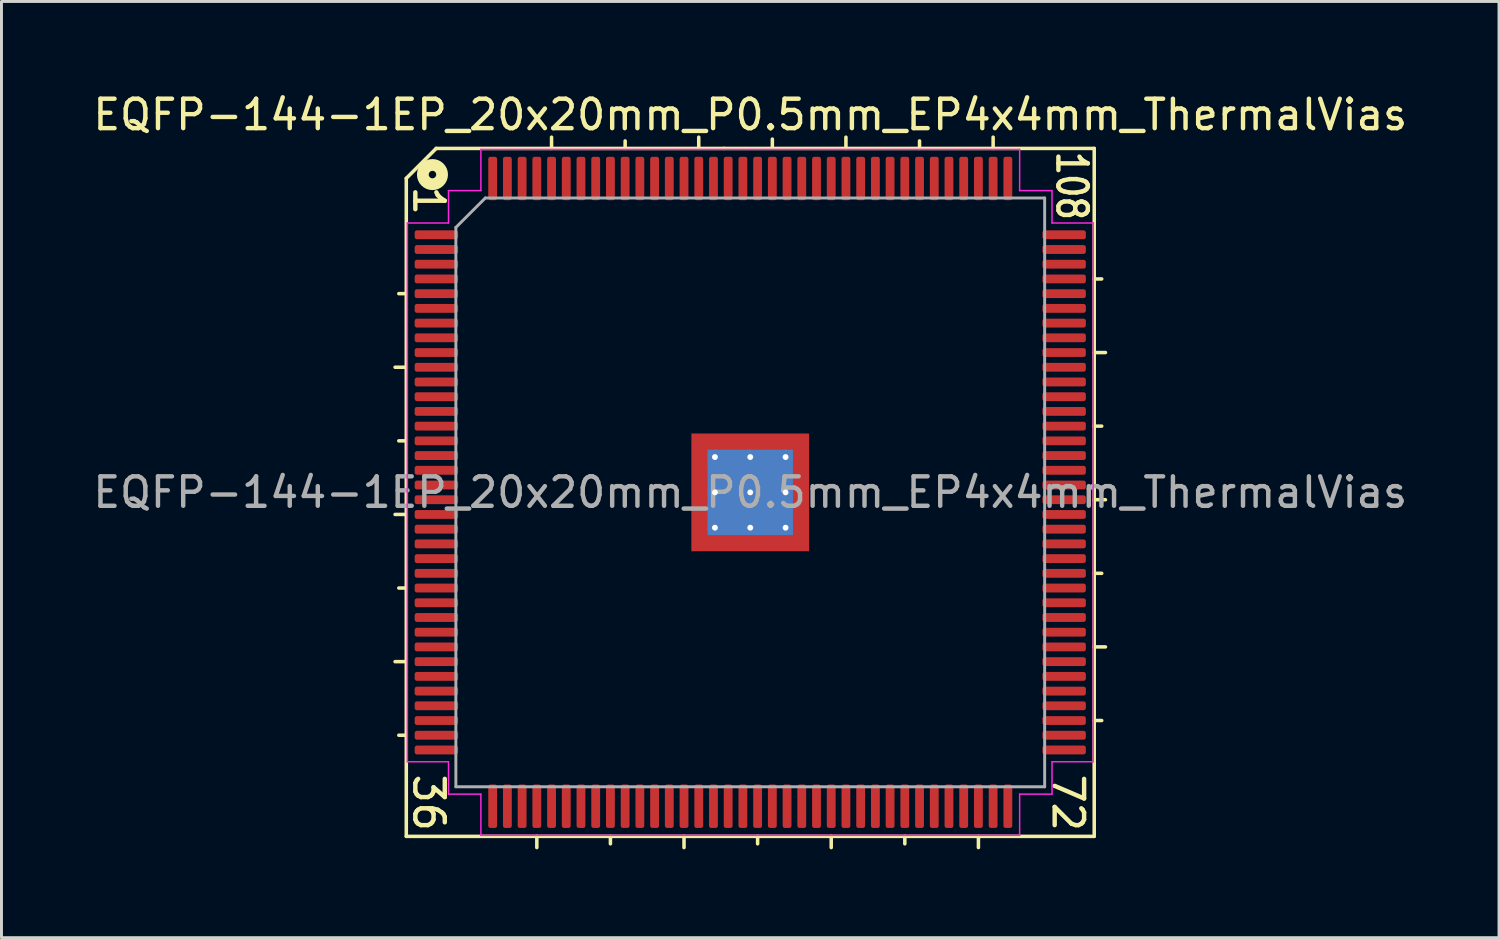
<source format=kicad_pcb>
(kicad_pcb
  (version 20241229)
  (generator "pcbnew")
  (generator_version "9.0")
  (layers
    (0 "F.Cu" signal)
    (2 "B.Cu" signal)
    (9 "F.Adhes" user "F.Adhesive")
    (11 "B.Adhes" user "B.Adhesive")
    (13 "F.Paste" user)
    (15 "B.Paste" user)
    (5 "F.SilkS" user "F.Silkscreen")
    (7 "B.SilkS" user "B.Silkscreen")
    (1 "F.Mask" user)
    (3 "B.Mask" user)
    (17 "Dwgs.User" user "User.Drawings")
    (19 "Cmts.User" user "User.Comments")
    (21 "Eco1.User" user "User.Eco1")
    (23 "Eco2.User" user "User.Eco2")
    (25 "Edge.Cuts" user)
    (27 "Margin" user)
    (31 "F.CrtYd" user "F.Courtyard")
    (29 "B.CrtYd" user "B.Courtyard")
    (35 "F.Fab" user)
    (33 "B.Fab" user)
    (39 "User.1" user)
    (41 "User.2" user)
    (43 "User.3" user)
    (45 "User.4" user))
  (footprint "EQFP-144-1EP_20x20mm_P0.5mm_EP4x4mm_ThermalVias"
    (layer "F.Cu")
    (at 22.435 13.675)
    (property "Reference" "EQFP-144-1EP_20x20mm_P0.5mm_EP4x4mm_ThermalVias" (at 0 -12.827 0) (layer "F.SilkS") (effects (font (size 1 1) (thickness 0.15))))
    (attr smd)
    (fp_line (start -11.684 -10.668) (end -11.684 11.684) (stroke (width 0.12) (type solid)) (layer "F.SilkS"))
    (fp_line (start -11.684 -6.75) (end -11.938 -6.75) (stroke (width 0.12) (type solid)) (layer "F.SilkS"))
    (fp_line (start -11.684 -4.25) (end -12.065 -4.25) (stroke (width 0.12) (type solid)) (layer "F.SilkS"))
    (fp_line (start -11.684 -1.75) (end -11.938 -1.75) (stroke (width 0.12) (type solid)) (layer "F.SilkS"))
    (fp_line (start -11.684 0.75) (end -12.065 0.75) (stroke (width 0.12) (type solid)) (layer "F.SilkS"))
    (fp_line (start -11.684 3.25) (end -11.938 3.25) (stroke (width 0.12) (type solid)) (layer "F.SilkS"))
    (fp_line (start -11.684 5.75) (end -12.065 5.75) (stroke (width 0.12) (type solid)) (layer "F.SilkS"))
    (fp_line (start -11.684 8.25) (end -11.938 8.25) (stroke (width 0.12) (type solid)) (layer "F.SilkS"))
    (fp_line (start -11.684 11.684) (end 11.684 11.684) (stroke (width 0.12) (type solid)) (layer "F.SilkS"))
    (fp_line (start -10.668 -11.684) (end -11.684 -10.668) (stroke (width 0.12) (type solid)) (layer "F.SilkS"))
    (fp_line (start -7.25 11.684) (end -7.25 12.065) (stroke (width 0.12) (type solid)) (layer "F.SilkS"))
    (fp_line (start -6.75 -11.684) (end -6.75 -12.065) (stroke (width 0.12) (type solid)) (layer "F.SilkS"))
    (fp_line (start -4.75 11.684) (end -4.75 11.938) (stroke (width 0.12) (type solid)) (layer "F.SilkS"))
    (fp_line (start -4.25 -11.684) (end -4.25 -11.938) (stroke (width 0.12) (type solid)) (layer "F.SilkS"))
    (fp_line (start -2.25 11.684) (end -2.25 12.065) (stroke (width 0.12) (type solid)) (layer "F.SilkS"))
    (fp_line (start -1.75 -11.684) (end -1.75 -12.065) (stroke (width 0.12) (type solid)) (layer "F.SilkS"))
    (fp_line (start -0.889 -11.684) (end -10.668 -11.684) (stroke (width 0.12) (type solid)) (layer "F.SilkS"))
    (fp_line (start 0.25 11.684) (end 0.25 11.938) (stroke (width 0.12) (type solid)) (layer "F.SilkS"))
    (fp_line (start 0.75 -11.75) (end 0.75 -12) (stroke (width 0.12) (type solid)) (layer "F.SilkS"))
    (fp_line (start 2.75 11.684) (end 2.75 12.065) (stroke (width 0.12) (type solid)) (layer "F.SilkS"))
    (fp_line (start 3.25 -11.684) (end 3.25 -12.065) (stroke (width 0.12) (type solid)) (layer "F.SilkS"))
    (fp_line (start 5.25 11.684) (end 5.25 11.938) (stroke (width 0.12) (type solid)) (layer "F.SilkS"))
    (fp_line (start 5.75 -11.684) (end 5.75 -11.938) (stroke (width 0.12) (type solid)) (layer "F.SilkS"))
    (fp_line (start 7.75 11.684) (end 7.75 12.065) (stroke (width 0.12) (type solid)) (layer "F.SilkS"))
    (fp_line (start 8.25 -11.684) (end 8.25 -12.065) (stroke (width 0.12) (type solid)) (layer "F.SilkS"))
    (fp_line (start 11.684 -11.684) (end -0.889 -11.684) (stroke (width 0.12) (type solid)) (layer "F.SilkS"))
    (fp_line (start 11.684 -7.25) (end 11.938 -7.25) (stroke (width 0.12) (type solid)) (layer "F.SilkS"))
    (fp_line (start 11.684 -4.75) (end 12.065 -4.75) (stroke (width 0.12) (type solid)) (layer "F.SilkS"))
    (fp_line (start 11.684 -2.25) (end 11.938 -2.25) (stroke (width 0.12) (type solid)) (layer "F.SilkS"))
    (fp_line (start 11.684 0.25) (end 12.065 0.25) (stroke (width 0.12) (type solid)) (layer "F.SilkS"))
    (fp_line (start 11.684 2.75) (end 11.938 2.75) (stroke (width 0.12) (type solid)) (layer "F.SilkS"))
    (fp_line (start 11.684 5.25) (end 12.065 5.25) (stroke (width 0.12) (type solid)) (layer "F.SilkS"))
    (fp_line (start 11.684 7.75) (end 11.938 7.75) (stroke (width 0.12) (type solid)) (layer "F.SilkS"))
    (fp_line (start 11.684 11.684) (end 11.684 -11.684) (stroke (width 0.12) (type solid)) (layer "F.SilkS"))
    (fp_circle (center -10.795 -10.795) (end -10.668 -10.795) (stroke (width 0.4) (type solid)) (fill no) (layer "F.SilkS"))
    (fp_line (start -11.65 -9.15) (end -11.65 0) (stroke (width 0.05) (type solid)) (layer "F.CrtYd"))
    (fp_line (start -11.65 9.15) (end -11.65 0) (stroke (width 0.05) (type solid)) (layer "F.CrtYd"))
    (fp_line (start -10.25 -10.25) (end -10.25 -9.15) (stroke (width 0.05) (type solid)) (layer "F.CrtYd"))
    (fp_line (start -10.25 -9.15) (end -11.65 -9.15) (stroke (width 0.05) (type solid)) (layer "F.CrtYd"))
    (fp_line (start -10.25 9.15) (end -11.65 9.15) (stroke (width 0.05) (type solid)) (layer "F.CrtYd"))
    (fp_line (start -10.25 10.25) (end -10.25 9.15) (stroke (width 0.05) (type solid)) (layer "F.CrtYd"))
    (fp_line (start -9.15 -11.65) (end -9.15 -10.25) (stroke (width 0.05) (type solid)) (layer "F.CrtYd"))
    (fp_line (start -9.15 -10.25) (end -10.25 -10.25) (stroke (width 0.05) (type solid)) (layer "F.CrtYd"))
    (fp_line (start -9.15 10.25) (end -10.25 10.25) (stroke (width 0.05) (type solid)) (layer "F.CrtYd"))
    (fp_line (start -9.15 11.65) (end -9.15 10.25) (stroke (width 0.05) (type solid)) (layer "F.CrtYd"))
    (fp_line (start 0 -11.65) (end -9.15 -11.65) (stroke (width 0.05) (type solid)) (layer "F.CrtYd"))
    (fp_line (start 0 -11.65) (end 9.15 -11.65) (stroke (width 0.05) (type solid)) (layer "F.CrtYd"))
    (fp_line (start 0 11.65) (end -9.15 11.65) (stroke (width 0.05) (type solid)) (layer "F.CrtYd"))
    (fp_line (start 0 11.65) (end 9.15 11.65) (stroke (width 0.05) (type solid)) (layer "F.CrtYd"))
    (fp_line (start 9.15 -11.65) (end 9.15 -10.25) (stroke (width 0.05) (type solid)) (layer "F.CrtYd"))
    (fp_line (start 9.15 -10.25) (end 10.25 -10.25) (stroke (width 0.05) (type solid)) (layer "F.CrtYd"))
    (fp_line (start 9.15 10.25) (end 10.25 10.25) (stroke (width 0.05) (type solid)) (layer "F.CrtYd"))
    (fp_line (start 9.15 11.65) (end 9.15 10.25) (stroke (width 0.05) (type solid)) (layer "F.CrtYd"))
    (fp_line (start 10.25 -10.25) (end 10.25 -9.15) (stroke (width 0.05) (type solid)) (layer "F.CrtYd"))
    (fp_line (start 10.25 -9.15) (end 11.65 -9.15) (stroke (width 0.05) (type solid)) (layer "F.CrtYd"))
    (fp_line (start 10.25 9.15) (end 11.65 9.15) (stroke (width 0.05) (type solid)) (layer "F.CrtYd"))
    (fp_line (start 10.25 10.25) (end 10.25 9.15) (stroke (width 0.05) (type solid)) (layer "F.CrtYd"))
    (fp_line (start 11.65 -9.15) (end 11.65 0) (stroke (width 0.05) (type solid)) (layer "F.CrtYd"))
    (fp_line (start 11.65 9.15) (end 11.65 0) (stroke (width 0.05) (type solid)) (layer "F.CrtYd"))
    (fp_line (start -10 -9) (end -9 -10) (stroke (width 0.1) (type solid)) (layer "F.Fab"))
    (fp_line (start -10 10) (end -10 -9) (stroke (width 0.1) (type solid)) (layer "F.Fab"))
    (fp_line (start -9 -10) (end 10 -10) (stroke (width 0.1) (type solid)) (layer "F.Fab"))
    (fp_line (start 10 -10) (end 10 10) (stroke (width 0.1) (type solid)) (layer "F.Fab"))
    (fp_line (start 10 10) (end -10 10) (stroke (width 0.1) (type solid)) (layer "F.Fab"))
    (fp_text user "72" (at 10.795 10.541 270) (unlocked yes) (layer "F.SilkS") (effects (font (size 1 1) (thickness 0.15))))
    (fp_text user "36" (at -10.922 10.541 270) (unlocked yes) (layer "F.SilkS") (effects (font (size 1 1) (thickness 0.15))))
    (fp_text user "1" (at -10.922 -9.906 270) (unlocked yes) (layer "F.SilkS") (effects (font (size 1 1) (thickness 0.15))))
    (fp_text user "108" (at 10.922 -10.414 270) (unlocked yes) (layer "F.SilkS") (effects (font (size 1 0.8) (thickness 0.15))))
    (fp_text user "${REFERENCE}" (at 0 0 0) (layer "F.Fab") (effects (font (size 1 1) (thickness 0.15))))
    (pad "" smd custom (at -1.6 -1.6) (size 0.555 0.555) (layers "F.Paste") (options (anchor circle)) (primitives (gr_poly (pts (xy 0.232 0.157) (xy 0.157 0.232) (xy -0.232 0.232) (xy -0.232 -0.232) (xy 0.232 -0.232)) (width 0.181) (fill yes))))
    (pad "" smd roundrect (at -1.6 -0.6) (size 0.645 0.967) (layers "F.Paste") (roundrect_rratio 0.25))
    (pad "" smd roundrect (at -1.6 0.6) (size 0.645 0.967) (layers "F.Paste") (roundrect_rratio 0.25))
    (pad "" smd custom (at -1.6 1.6) (size 0.555 0.555) (layers "F.Paste") (options (anchor circle)) (primitives (gr_poly (pts (xy 0.232 -0.157) (xy 0.232 0.232) (xy -0.232 0.232) (xy -0.232 -0.232) (xy 0.157 -0.232)) (width 0.181) (fill yes))))
    (pad "" smd roundrect (at -0.6 -1.6) (size 0.967 0.645) (layers "F.Paste") (roundrect_rratio 0.25))
    (pad "" smd roundrect (at -0.6 -0.6) (size 0.967 0.967) (layers "F.Paste") (roundrect_rratio 0.25))
    (pad "" smd roundrect (at -0.6 0.6) (size 0.967 0.967) (layers "F.Paste") (roundrect_rratio 0.25))
    (pad "" smd roundrect (at -0.6 1.6) (size 0.967 0.645) (layers "F.Paste") (roundrect_rratio 0.25))
    (pad "" smd roundrect (at 0.6 -1.6) (size 0.967 0.645) (layers "F.Paste") (roundrect_rratio 0.25))
    (pad "" smd roundrect (at 0.6 -0.6) (size 0.967 0.967) (layers "F.Paste") (roundrect_rratio 0.25))
    (pad "" smd roundrect (at 0.6 0.6) (size 0.967 0.967) (layers "F.Paste") (roundrect_rratio 0.25))
    (pad "" smd roundrect (at 0.6 1.6) (size 0.967 0.645) (layers "F.Paste") (roundrect_rratio 0.25))
    (pad "" smd custom (at 1.6 -1.6) (size 0.555 0.555) (layers "F.Paste") (options (anchor circle)) (primitives (gr_poly (pts (xy 0.232 0.232) (xy -0.157 0.232) (xy -0.232 0.157) (xy -0.232 -0.232) (xy 0.232 -0.232)) (width 0.181) (fill yes))))
    (pad "" smd roundrect (at 1.6 -0.6) (size 0.645 0.967) (layers "F.Paste") (roundrect_rratio 0.25))
    (pad "" smd roundrect (at 1.6 0.6) (size 0.645 0.967) (layers "F.Paste") (roundrect_rratio 0.25))
    (pad "" smd custom (at 1.6 1.6) (size 0.555 0.555) (layers "F.Paste") (options (anchor circle)) (primitives (gr_poly (pts (xy 0.232 0.232) (xy -0.232 0.232) (xy -0.232 -0.157) (xy -0.157 -0.232) (xy 0.232 -0.232)) (width 0.181) (fill yes))))
    (pad "1" smd roundrect (at -10.662 -8.75) (size 1.475 0.3) (layers "F.Cu" "F.Mask" "F.Paste") (roundrect_rratio 0.25))
    (pad "2" smd roundrect (at -10.662 -8.25) (size 1.475 0.3) (layers "F.Cu" "F.Mask" "F.Paste") (roundrect_rratio 0.25))
    (pad "3" smd roundrect (at -10.662 -7.75) (size 1.475 0.3) (layers "F.Cu" "F.Mask" "F.Paste") (roundrect_rratio 0.25))
    (pad "4" smd roundrect (at -10.662 -7.25) (size 1.475 0.3) (layers "F.Cu" "F.Mask" "F.Paste") (roundrect_rratio 0.25))
    (pad "5" smd roundrect (at -10.662 -6.75) (size 1.475 0.3) (layers "F.Cu" "F.Mask" "F.Paste") (roundrect_rratio 0.25))
    (pad "6" smd roundrect (at -10.662 -6.25) (size 1.475 0.3) (layers "F.Cu" "F.Mask" "F.Paste") (roundrect_rratio 0.25))
    (pad "7" smd roundrect (at -10.662 -5.75) (size 1.475 0.3) (layers "F.Cu" "F.Mask" "F.Paste") (roundrect_rratio 0.25))
    (pad "8" smd roundrect (at -10.662 -5.25) (size 1.475 0.3) (layers "F.Cu" "F.Mask" "F.Paste") (roundrect_rratio 0.25))
    (pad "9" smd roundrect (at -10.662 -4.75) (size 1.475 0.3) (layers "F.Cu" "F.Mask" "F.Paste") (roundrect_rratio 0.25))
    (pad "10" smd roundrect (at -10.662 -4.25) (size 1.475 0.3) (layers "F.Cu" "F.Mask" "F.Paste") (roundrect_rratio 0.25))
    (pad "11" smd roundrect (at -10.662 -3.75) (size 1.475 0.3) (layers "F.Cu" "F.Mask" "F.Paste") (roundrect_rratio 0.25))
    (pad "12" smd roundrect (at -10.662 -3.25) (size 1.475 0.3) (layers "F.Cu" "F.Mask" "F.Paste") (roundrect_rratio 0.25))
    (pad "13" smd roundrect (at -10.662 -2.75) (size 1.475 0.3) (layers "F.Cu" "F.Mask" "F.Paste") (roundrect_rratio 0.25))
    (pad "14" smd roundrect (at -10.662 -2.25) (size 1.475 0.3) (layers "F.Cu" "F.Mask" "F.Paste") (roundrect_rratio 0.25))
    (pad "15" smd roundrect (at -10.662 -1.75) (size 1.475 0.3) (layers "F.Cu" "F.Mask" "F.Paste") (roundrect_rratio 0.25))
    (pad "16" smd roundrect (at -10.662 -1.25) (size 1.475 0.3) (layers "F.Cu" "F.Mask" "F.Paste") (roundrect_rratio 0.25))
    (pad "17" smd roundrect (at -10.662 -0.75) (size 1.475 0.3) (layers "F.Cu" "F.Mask" "F.Paste") (roundrect_rratio 0.25))
    (pad "18" smd roundrect (at -10.662 -0.25) (size 1.475 0.3) (layers "F.Cu" "F.Mask" "F.Paste") (roundrect_rratio 0.25))
    (pad "19" smd roundrect (at -10.662 0.25) (size 1.475 0.3) (layers "F.Cu" "F.Mask" "F.Paste") (roundrect_rratio 0.25))
    (pad "20" smd roundrect (at -10.662 0.75) (size 1.475 0.3) (layers "F.Cu" "F.Mask" "F.Paste") (roundrect_rratio 0.25))
    (pad "21" smd roundrect (at -10.662 1.25) (size 1.475 0.3) (layers "F.Cu" "F.Mask" "F.Paste") (roundrect_rratio 0.25))
    (pad "22" smd roundrect (at -10.662 1.75) (size 1.475 0.3) (layers "F.Cu" "F.Mask" "F.Paste") (roundrect_rratio 0.25))
    (pad "23" smd roundrect (at -10.662 2.25) (size 1.475 0.3) (layers "F.Cu" "F.Mask" "F.Paste") (roundrect_rratio 0.25))
    (pad "24" smd roundrect (at -10.662 2.75) (size 1.475 0.3) (layers "F.Cu" "F.Mask" "F.Paste") (roundrect_rratio 0.25))
    (pad "25" smd roundrect (at -10.662 3.25) (size 1.475 0.3) (layers "F.Cu" "F.Mask" "F.Paste") (roundrect_rratio 0.25))
    (pad "26" smd roundrect (at -10.662 3.75) (size 1.475 0.3) (layers "F.Cu" "F.Mask" "F.Paste") (roundrect_rratio 0.25))
    (pad "27" smd roundrect (at -10.662 4.25) (size 1.475 0.3) (layers "F.Cu" "F.Mask" "F.Paste") (roundrect_rratio 0.25))
    (pad "28" smd roundrect (at -10.662 4.75) (size 1.475 0.3) (layers "F.Cu" "F.Mask" "F.Paste") (roundrect_rratio 0.25))
    (pad "29" smd roundrect (at -10.662 5.25) (size 1.475 0.3) (layers "F.Cu" "F.Mask" "F.Paste") (roundrect_rratio 0.25))
    (pad "30" smd roundrect (at -10.662 5.75) (size 1.475 0.3) (layers "F.Cu" "F.Mask" "F.Paste") (roundrect_rratio 0.25))
    (pad "31" smd roundrect (at -10.662 6.25) (size 1.475 0.3) (layers "F.Cu" "F.Mask" "F.Paste") (roundrect_rratio 0.25))
    (pad "32" smd roundrect (at -10.662 6.75) (size 1.475 0.3) (layers "F.Cu" "F.Mask" "F.Paste") (roundrect_rratio 0.25))
    (pad "33" smd roundrect (at -10.662 7.25) (size 1.475 0.3) (layers "F.Cu" "F.Mask" "F.Paste") (roundrect_rratio 0.25))
    (pad "34" smd roundrect (at -10.662 7.75) (size 1.475 0.3) (layers "F.Cu" "F.Mask" "F.Paste") (roundrect_rratio 0.25))
    (pad "35" smd roundrect (at -10.662 8.25) (size 1.475 0.3) (layers "F.Cu" "F.Mask" "F.Paste") (roundrect_rratio 0.25))
    (pad "36" smd roundrect (at -10.662 8.75) (size 1.475 0.3) (layers "F.Cu" "F.Mask" "F.Paste") (roundrect_rratio 0.25))
    (pad "37" smd roundrect (at -8.75 10.662) (size 0.3 1.475) (layers "F.Cu" "F.Mask" "F.Paste") (roundrect_rratio 0.25))
    (pad "38" smd roundrect (at -8.25 10.662) (size 0.3 1.475) (layers "F.Cu" "F.Mask" "F.Paste") (roundrect_rratio 0.25))
    (pad "39" smd roundrect (at -7.75 10.662) (size 0.3 1.475) (layers "F.Cu" "F.Mask" "F.Paste") (roundrect_rratio 0.25))
    (pad "40" smd roundrect (at -7.25 10.662) (size 0.3 1.475) (layers "F.Cu" "F.Mask" "F.Paste") (roundrect_rratio 0.25))
    (pad "41" smd roundrect (at -6.75 10.662) (size 0.3 1.475) (layers "F.Cu" "F.Mask" "F.Paste") (roundrect_rratio 0.25))
    (pad "42" smd roundrect (at -6.25 10.662) (size 0.3 1.475) (layers "F.Cu" "F.Mask" "F.Paste") (roundrect_rratio 0.25))
    (pad "43" smd roundrect (at -5.75 10.662) (size 0.3 1.475) (layers "F.Cu" "F.Mask" "F.Paste") (roundrect_rratio 0.25))
    (pad "44" smd roundrect (at -5.25 10.662) (size 0.3 1.475) (layers "F.Cu" "F.Mask" "F.Paste") (roundrect_rratio 0.25))
    (pad "45" smd roundrect (at -4.75 10.662) (size 0.3 1.475) (layers "F.Cu" "F.Mask" "F.Paste") (roundrect_rratio 0.25))
    (pad "46" smd roundrect (at -4.25 10.662) (size 0.3 1.475) (layers "F.Cu" "F.Mask" "F.Paste") (roundrect_rratio 0.25))
    (pad "47" smd roundrect (at -3.75 10.662) (size 0.3 1.475) (layers "F.Cu" "F.Mask" "F.Paste") (roundrect_rratio 0.25))
    (pad "48" smd roundrect (at -3.25 10.662) (size 0.3 1.475) (layers "F.Cu" "F.Mask" "F.Paste") (roundrect_rratio 0.25))
    (pad "49" smd roundrect (at -2.75 10.662) (size 0.3 1.475) (layers "F.Cu" "F.Mask" "F.Paste") (roundrect_rratio 0.25))
    (pad "50" smd roundrect (at -2.25 10.662) (size 0.3 1.475) (layers "F.Cu" "F.Mask" "F.Paste") (roundrect_rratio 0.25))
    (pad "51" smd roundrect (at -1.75 10.662) (size 0.3 1.475) (layers "F.Cu" "F.Mask" "F.Paste") (roundrect_rratio 0.25))
    (pad "52" smd roundrect (at -1.25 10.662) (size 0.3 1.475) (layers "F.Cu" "F.Mask" "F.Paste") (roundrect_rratio 0.25))
    (pad "53" smd roundrect (at -0.75 10.662) (size 0.3 1.475) (layers "F.Cu" "F.Mask" "F.Paste") (roundrect_rratio 0.25))
    (pad "54" smd roundrect (at -0.25 10.662) (size 0.3 1.475) (layers "F.Cu" "F.Mask" "F.Paste") (roundrect_rratio 0.25))
    (pad "55" smd roundrect (at 0.25 10.662) (size 0.3 1.475) (layers "F.Cu" "F.Mask" "F.Paste") (roundrect_rratio 0.25))
    (pad "56" smd roundrect (at 0.75 10.662) (size 0.3 1.475) (layers "F.Cu" "F.Mask" "F.Paste") (roundrect_rratio 0.25))
    (pad "57" smd roundrect (at 1.25 10.662) (size 0.3 1.475) (layers "F.Cu" "F.Mask" "F.Paste") (roundrect_rratio 0.25))
    (pad "58" smd roundrect (at 1.75 10.662) (size 0.3 1.475) (layers "F.Cu" "F.Mask" "F.Paste") (roundrect_rratio 0.25))
    (pad "59" smd roundrect (at 2.25 10.662) (size 0.3 1.475) (layers "F.Cu" "F.Mask" "F.Paste") (roundrect_rratio 0.25))
    (pad "60" smd roundrect (at 2.75 10.662) (size 0.3 1.475) (layers "F.Cu" "F.Mask" "F.Paste") (roundrect_rratio 0.25))
    (pad "61" smd roundrect (at 3.25 10.662) (size 0.3 1.475) (layers "F.Cu" "F.Mask" "F.Paste") (roundrect_rratio 0.25))
    (pad "62" smd roundrect (at 3.75 10.662) (size 0.3 1.475) (layers "F.Cu" "F.Mask" "F.Paste") (roundrect_rratio 0.25))
    (pad "63" smd roundrect (at 4.25 10.662) (size 0.3 1.475) (layers "F.Cu" "F.Mask" "F.Paste") (roundrect_rratio 0.25))
    (pad "64" smd roundrect (at 4.75 10.662) (size 0.3 1.475) (layers "F.Cu" "F.Mask" "F.Paste") (roundrect_rratio 0.25))
    (pad "65" smd roundrect (at 5.25 10.662) (size 0.3 1.475) (layers "F.Cu" "F.Mask" "F.Paste") (roundrect_rratio 0.25))
    (pad "66" smd roundrect (at 5.75 10.662) (size 0.3 1.475) (layers "F.Cu" "F.Mask" "F.Paste") (roundrect_rratio 0.25))
    (pad "67" smd roundrect (at 6.25 10.662) (size 0.3 1.475) (layers "F.Cu" "F.Mask" "F.Paste") (roundrect_rratio 0.25))
    (pad "68" smd roundrect (at 6.75 10.662) (size 0.3 1.475) (layers "F.Cu" "F.Mask" "F.Paste") (roundrect_rratio 0.25))
    (pad "69" smd roundrect (at 7.25 10.662) (size 0.3 1.475) (layers "F.Cu" "F.Mask" "F.Paste") (roundrect_rratio 0.25))
    (pad "70" smd roundrect (at 7.75 10.662) (size 0.3 1.475) (layers "F.Cu" "F.Mask" "F.Paste") (roundrect_rratio 0.25))
    (pad "71" smd roundrect (at 8.25 10.662) (size 0.3 1.475) (layers "F.Cu" "F.Mask" "F.Paste") (roundrect_rratio 0.25))
    (pad "72" smd roundrect (at 8.75 10.662) (size 0.3 1.475) (layers "F.Cu" "F.Mask" "F.Paste") (roundrect_rratio 0.25))
    (pad "73" smd roundrect (at 10.662 8.75) (size 1.475 0.3) (layers "F.Cu" "F.Mask" "F.Paste") (roundrect_rratio 0.25))
    (pad "74" smd roundrect (at 10.662 8.25) (size 1.475 0.3) (layers "F.Cu" "F.Mask" "F.Paste") (roundrect_rratio 0.25))
    (pad "75" smd roundrect (at 10.662 7.75) (size 1.475 0.3) (layers "F.Cu" "F.Mask" "F.Paste") (roundrect_rratio 0.25))
    (pad "76" smd roundrect (at 10.662 7.25) (size 1.475 0.3) (layers "F.Cu" "F.Mask" "F.Paste") (roundrect_rratio 0.25))
    (pad "77" smd roundrect (at 10.662 6.75) (size 1.475 0.3) (layers "F.Cu" "F.Mask" "F.Paste") (roundrect_rratio 0.25))
    (pad "78" smd roundrect (at 10.662 6.25) (size 1.475 0.3) (layers "F.Cu" "F.Mask" "F.Paste") (roundrect_rratio 0.25))
    (pad "79" smd roundrect (at 10.662 5.75) (size 1.475 0.3) (layers "F.Cu" "F.Mask" "F.Paste") (roundrect_rratio 0.25))
    (pad "80" smd roundrect (at 10.662 5.25) (size 1.475 0.3) (layers "F.Cu" "F.Mask" "F.Paste") (roundrect_rratio 0.25))
    (pad "81" smd roundrect (at 10.662 4.75) (size 1.475 0.3) (layers "F.Cu" "F.Mask" "F.Paste") (roundrect_rratio 0.25))
    (pad "82" smd roundrect (at 10.662 4.25) (size 1.475 0.3) (layers "F.Cu" "F.Mask" "F.Paste") (roundrect_rratio 0.25))
    (pad "83" smd roundrect (at 10.662 3.75) (size 1.475 0.3) (layers "F.Cu" "F.Mask" "F.Paste") (roundrect_rratio 0.25))
    (pad "84" smd roundrect (at 10.662 3.25) (size 1.475 0.3) (layers "F.Cu" "F.Mask" "F.Paste") (roundrect_rratio 0.25))
    (pad "85" smd roundrect (at 10.662 2.75) (size 1.475 0.3) (layers "F.Cu" "F.Mask" "F.Paste") (roundrect_rratio 0.25))
    (pad "86" smd roundrect (at 10.662 2.25) (size 1.475 0.3) (layers "F.Cu" "F.Mask" "F.Paste") (roundrect_rratio 0.25))
    (pad "87" smd roundrect (at 10.662 1.75) (size 1.475 0.3) (layers "F.Cu" "F.Mask" "F.Paste") (roundrect_rratio 0.25))
    (pad "88" smd roundrect (at 10.662 1.25) (size 1.475 0.3) (layers "F.Cu" "F.Mask" "F.Paste") (roundrect_rratio 0.25))
    (pad "89" smd roundrect (at 10.662 0.75) (size 1.475 0.3) (layers "F.Cu" "F.Mask" "F.Paste") (roundrect_rratio 0.25))
    (pad "90" smd roundrect (at 10.662 0.25) (size 1.475 0.3) (layers "F.Cu" "F.Mask" "F.Paste") (roundrect_rratio 0.25))
    (pad "91" smd roundrect (at 10.662 -0.25) (size 1.475 0.3) (layers "F.Cu" "F.Mask" "F.Paste") (roundrect_rratio 0.25))
    (pad "92" smd roundrect (at 10.662 -0.75) (size 1.475 0.3) (layers "F.Cu" "F.Mask" "F.Paste") (roundrect_rratio 0.25))
    (pad "93" smd roundrect (at 10.662 -1.25) (size 1.475 0.3) (layers "F.Cu" "F.Mask" "F.Paste") (roundrect_rratio 0.25))
    (pad "94" smd roundrect (at 10.662 -1.75) (size 1.475 0.3) (layers "F.Cu" "F.Mask" "F.Paste") (roundrect_rratio 0.25))
    (pad "95" smd roundrect (at 10.662 -2.25) (size 1.475 0.3) (layers "F.Cu" "F.Mask" "F.Paste") (roundrect_rratio 0.25))
    (pad "96" smd roundrect (at 10.662 -2.75) (size 1.475 0.3) (layers "F.Cu" "F.Mask" "F.Paste") (roundrect_rratio 0.25))
    (pad "97" smd roundrect (at 10.662 -3.25) (size 1.475 0.3) (layers "F.Cu" "F.Mask" "F.Paste") (roundrect_rratio 0.25))
    (pad "98" smd roundrect (at 10.662 -3.75) (size 1.475 0.3) (layers "F.Cu" "F.Mask" "F.Paste") (roundrect_rratio 0.25))
    (pad "99" smd roundrect (at 10.662 -4.25) (size 1.475 0.3) (layers "F.Cu" "F.Mask" "F.Paste") (roundrect_rratio 0.25))
    (pad "100" smd roundrect (at 10.662 -4.75) (size 1.475 0.3) (layers "F.Cu" "F.Mask" "F.Paste") (roundrect_rratio 0.25))
    (pad "101" smd roundrect (at 10.662 -5.25) (size 1.475 0.3) (layers "F.Cu" "F.Mask" "F.Paste") (roundrect_rratio 0.25))
    (pad "102" smd roundrect (at 10.662 -5.75) (size 1.475 0.3) (layers "F.Cu" "F.Mask" "F.Paste") (roundrect_rratio 0.25))
    (pad "103" smd roundrect (at 10.662 -6.25) (size 1.475 0.3) (layers "F.Cu" "F.Mask" "F.Paste") (roundrect_rratio 0.25))
    (pad "104" smd roundrect (at 10.662 -6.75) (size 1.475 0.3) (layers "F.Cu" "F.Mask" "F.Paste") (roundrect_rratio 0.25))
    (pad "105" smd roundrect (at 10.662 -7.25) (size 1.475 0.3) (layers "F.Cu" "F.Mask" "F.Paste") (roundrect_rratio 0.25))
    (pad "106" smd roundrect (at 10.662 -7.75) (size 1.475 0.3) (layers "F.Cu" "F.Mask" "F.Paste") (roundrect_rratio 0.25))
    (pad "107" smd roundrect (at 10.662 -8.25) (size 1.475 0.3) (layers "F.Cu" "F.Mask" "F.Paste") (roundrect_rratio 0.25))
    (pad "108" smd roundrect (at 10.662 -8.75) (size 1.475 0.3) (layers "F.Cu" "F.Mask" "F.Paste") (roundrect_rratio 0.25))
    (pad "109" smd roundrect (at 8.75 -10.662) (size 0.3 1.475) (layers "F.Cu" "F.Mask" "F.Paste") (roundrect_rratio 0.25))
    (pad "110" smd roundrect (at 8.25 -10.662) (size 0.3 1.475) (layers "F.Cu" "F.Mask" "F.Paste") (roundrect_rratio 0.25))
    (pad "111" smd roundrect (at 7.75 -10.662) (size 0.3 1.475) (layers "F.Cu" "F.Mask" "F.Paste") (roundrect_rratio 0.25))
    (pad "112" smd roundrect (at 7.25 -10.662) (size 0.3 1.475) (layers "F.Cu" "F.Mask" "F.Paste") (roundrect_rratio 0.25))
    (pad "113" smd roundrect (at 6.75 -10.662) (size 0.3 1.475) (layers "F.Cu" "F.Mask" "F.Paste") (roundrect_rratio 0.25))
    (pad "114" smd roundrect (at 6.25 -10.662) (size 0.3 1.475) (layers "F.Cu" "F.Mask" "F.Paste") (roundrect_rratio 0.25))
    (pad "115" smd roundrect (at 5.75 -10.662) (size 0.3 1.475) (layers "F.Cu" "F.Mask" "F.Paste") (roundrect_rratio 0.25))
    (pad "116" smd roundrect (at 5.25 -10.662) (size 0.3 1.475) (layers "F.Cu" "F.Mask" "F.Paste") (roundrect_rratio 0.25))
    (pad "117" smd roundrect (at 4.75 -10.662) (size 0.3 1.475) (layers "F.Cu" "F.Mask" "F.Paste") (roundrect_rratio 0.25))
    (pad "118" smd roundrect (at 4.25 -10.662) (size 0.3 1.475) (layers "F.Cu" "F.Mask" "F.Paste") (roundrect_rratio 0.25))
    (pad "119" smd roundrect (at 3.75 -10.662) (size 0.3 1.475) (layers "F.Cu" "F.Mask" "F.Paste") (roundrect_rratio 0.25))
    (pad "120" smd roundrect (at 3.25 -10.662) (size 0.3 1.475) (layers "F.Cu" "F.Mask" "F.Paste") (roundrect_rratio 0.25))
    (pad "121" smd roundrect (at 2.75 -10.662) (size 0.3 1.475) (layers "F.Cu" "F.Mask" "F.Paste") (roundrect_rratio 0.25))
    (pad "122" smd roundrect (at 2.25 -10.662) (size 0.3 1.475) (layers "F.Cu" "F.Mask" "F.Paste") (roundrect_rratio 0.25))
    (pad "123" smd roundrect (at 1.75 -10.662) (size 0.3 1.475) (layers "F.Cu" "F.Mask" "F.Paste") (roundrect_rratio 0.25))
    (pad "124" smd roundrect (at 1.25 -10.662) (size 0.3 1.475) (layers "F.Cu" "F.Mask" "F.Paste") (roundrect_rratio 0.25))
    (pad "125" smd roundrect (at 0.75 -10.662) (size 0.3 1.475) (layers "F.Cu" "F.Mask" "F.Paste") (roundrect_rratio 0.25))
    (pad "126" smd roundrect (at 0.25 -10.662) (size 0.3 1.475) (layers "F.Cu" "F.Mask" "F.Paste") (roundrect_rratio 0.25))
    (pad "127" smd roundrect (at -0.25 -10.662) (size 0.3 1.475) (layers "F.Cu" "F.Mask" "F.Paste") (roundrect_rratio 0.25))
    (pad "128" smd roundrect (at -0.75 -10.662) (size 0.3 1.475) (layers "F.Cu" "F.Mask" "F.Paste") (roundrect_rratio 0.25))
    (pad "129" smd roundrect (at -1.25 -10.662) (size 0.3 1.475) (layers "F.Cu" "F.Mask" "F.Paste") (roundrect_rratio 0.25))
    (pad "130" smd roundrect (at -1.75 -10.662) (size 0.3 1.475) (layers "F.Cu" "F.Mask" "F.Paste") (roundrect_rratio 0.25))
    (pad "131" smd roundrect (at -2.25 -10.662) (size 0.3 1.475) (layers "F.Cu" "F.Mask" "F.Paste") (roundrect_rratio 0.25))
    (pad "132" smd roundrect (at -2.75 -10.662) (size 0.3 1.475) (layers "F.Cu" "F.Mask" "F.Paste") (roundrect_rratio 0.25))
    (pad "133" smd roundrect (at -3.25 -10.662) (size 0.3 1.475) (layers "F.Cu" "F.Mask" "F.Paste") (roundrect_rratio 0.25))
    (pad "134" smd roundrect (at -3.75 -10.662) (size 0.3 1.475) (layers "F.Cu" "F.Mask" "F.Paste") (roundrect_rratio 0.25))
    (pad "135" smd roundrect (at -4.25 -10.662) (size 0.3 1.475) (layers "F.Cu" "F.Mask" "F.Paste") (roundrect_rratio 0.25))
    (pad "136" smd roundrect (at -4.75 -10.662) (size 0.3 1.475) (layers "F.Cu" "F.Mask" "F.Paste") (roundrect_rratio 0.25))
    (pad "137" smd roundrect (at -5.25 -10.662) (size 0.3 1.475) (layers "F.Cu" "F.Mask" "F.Paste") (roundrect_rratio 0.25))
    (pad "138" smd roundrect (at -5.75 -10.662) (size 0.3 1.475) (layers "F.Cu" "F.Mask" "F.Paste") (roundrect_rratio 0.25))
    (pad "139" smd roundrect (at -6.25 -10.662) (size 0.3 1.475) (layers "F.Cu" "F.Mask" "F.Paste") (roundrect_rratio 0.25))
    (pad "140" smd roundrect (at -6.75 -10.662) (size 0.3 1.475) (layers "F.Cu" "F.Mask" "F.Paste") (roundrect_rratio 0.25))
    (pad "141" smd roundrect (at -7.25 -10.662) (size 0.3 1.475) (layers "F.Cu" "F.Mask" "F.Paste") (roundrect_rratio 0.25))
    (pad "142" smd roundrect (at -7.75 -10.662) (size 0.3 1.475) (layers "F.Cu" "F.Mask" "F.Paste") (roundrect_rratio 0.25))
    (pad "143" smd roundrect (at -8.25 -10.662) (size 0.3 1.475) (layers "F.Cu" "F.Mask" "F.Paste") (roundrect_rratio 0.25))
    (pad "144" smd roundrect (at -8.75 -10.662) (size 0.3 1.475) (layers "F.Cu" "F.Mask" "F.Paste") (roundrect_rratio 0.25))
    (pad "145" thru_hole circle (at -1.2 -1.2) (size 0.5 0.5) (drill 0.2) (layers "*.Cu"))
    (pad "145" thru_hole circle (at -1.2 0) (size 0.5 0.5) (drill 0.2) (layers "*.Cu"))
    (pad "145" thru_hole circle (at -1.2 1.2) (size 0.5 0.5) (drill 0.2) (layers "*.Cu"))
    (pad "145" thru_hole circle (at 0 -1.2) (size 0.5 0.5) (drill 0.2) (layers "*.Cu"))
    (pad "145" thru_hole circle (at 0 0) (size 0.5 0.5) (drill 0.2) (layers "*.Cu"))
    (pad "145" smd rect (at 0 0) (size 2.9 2.9) (layers "B.Cu" "B.Mask"))
    (pad "145" smd rect (at 0 0) (size 4 4) (layers "F.Cu" "F.Mask"))
    (pad "145" thru_hole circle (at 0 1.2) (size 0.5 0.5) (drill 0.2) (layers "*.Cu"))
    (pad "145" thru_hole circle (at 1.2 -1.2) (size 0.5 0.5) (drill 0.2) (layers "*.Cu"))
    (pad "145" thru_hole circle (at 1.2 0) (size 0.5 0.5) (drill 0.2) (layers "*.Cu"))
    (pad "145" thru_hole circle (at 1.2 1.2) (size 0.5 0.5) (drill 0.2) (layers "*.Cu")))
  (gr_rect
    (start -3 -3)
    (end 47.869 28.8)
    (stroke (width 0.1) (type default))
    (fill no)
    (layer "Edge.Cuts")))
</source>
